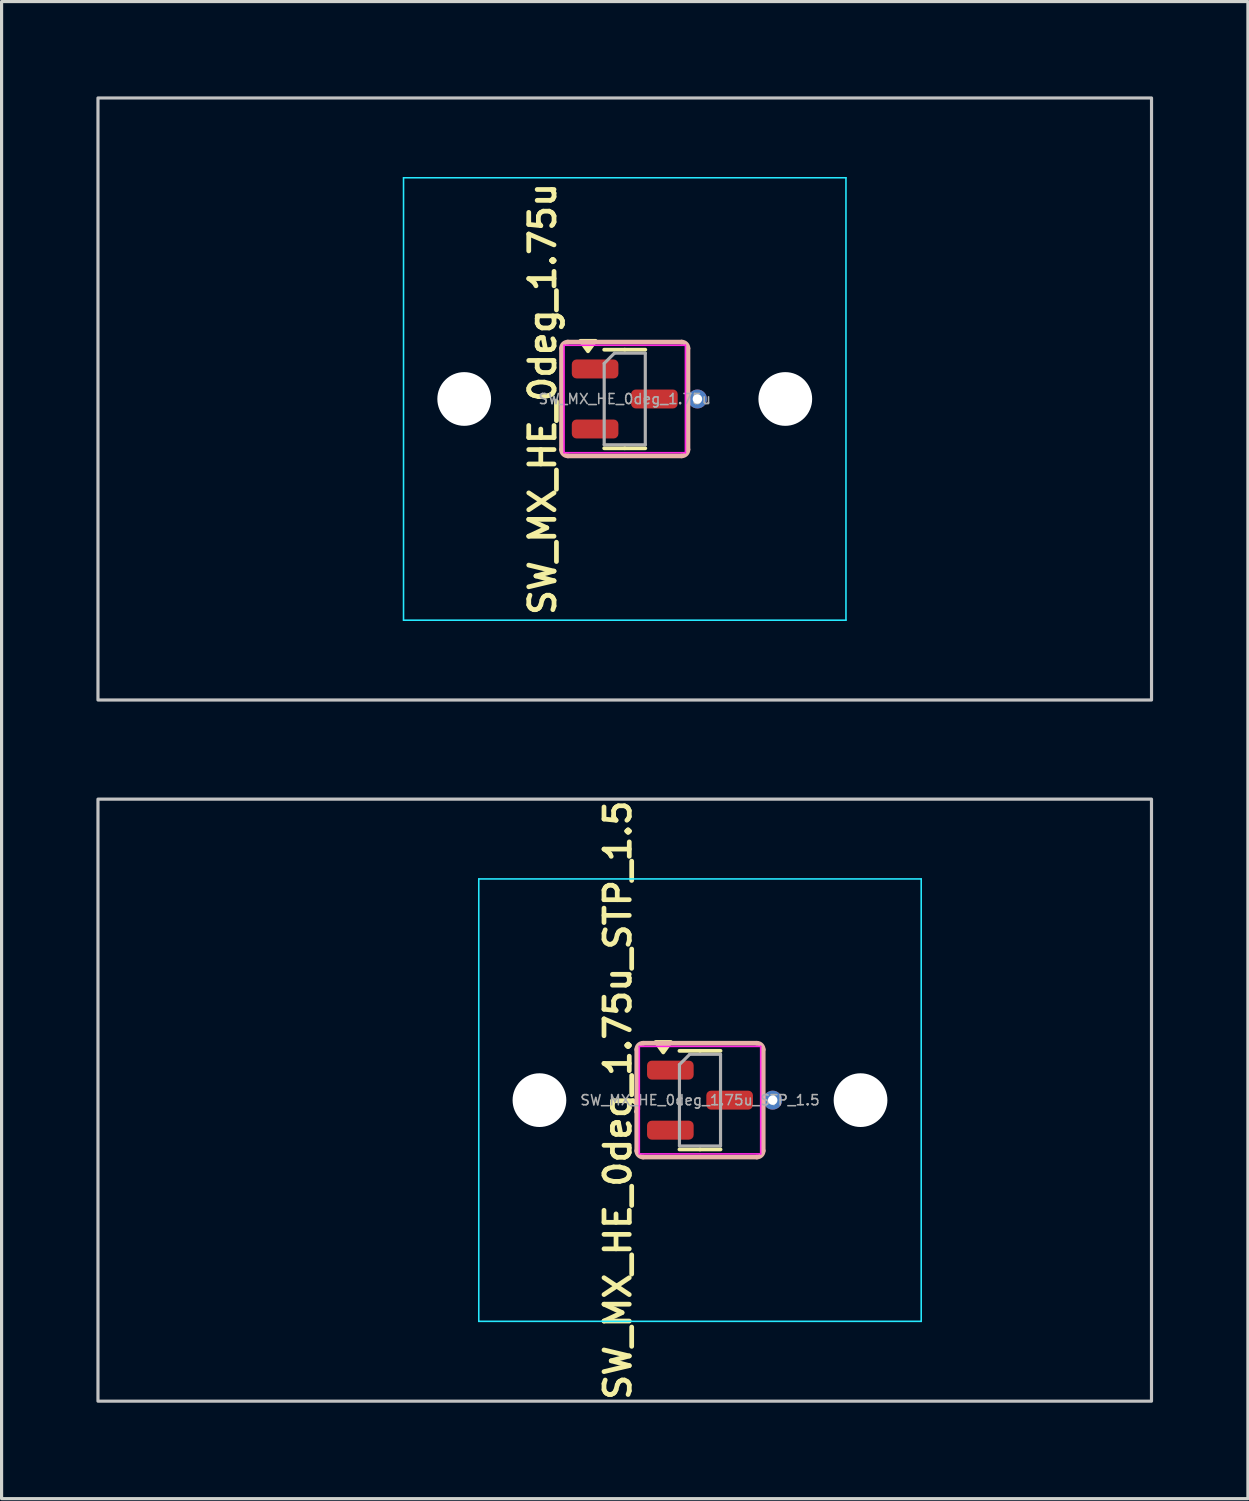
<source format=kicad_pcb>
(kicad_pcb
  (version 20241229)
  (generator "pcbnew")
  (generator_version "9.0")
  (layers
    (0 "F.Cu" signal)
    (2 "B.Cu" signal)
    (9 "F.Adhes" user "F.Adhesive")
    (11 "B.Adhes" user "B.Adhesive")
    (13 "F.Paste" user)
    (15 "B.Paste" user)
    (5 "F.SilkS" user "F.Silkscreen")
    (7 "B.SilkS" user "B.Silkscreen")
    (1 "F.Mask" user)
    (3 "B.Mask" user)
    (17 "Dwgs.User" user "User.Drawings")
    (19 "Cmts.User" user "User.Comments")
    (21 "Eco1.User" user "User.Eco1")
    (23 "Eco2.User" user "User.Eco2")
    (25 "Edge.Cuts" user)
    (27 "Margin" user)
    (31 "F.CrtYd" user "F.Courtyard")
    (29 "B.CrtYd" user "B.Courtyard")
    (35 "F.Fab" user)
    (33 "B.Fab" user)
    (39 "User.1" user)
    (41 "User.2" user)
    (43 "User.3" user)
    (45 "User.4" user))
  (footprint "SW_MX_HE_0deg_1.75u_STP_1.5"
    (layer "F.Cu")
    (at 19.1 31.762)
    (property "Reference" "SW_MX_HE_0deg_1.75u_STP_1.5" (at -2.6 0 90) (layer "F.SilkS") (effects (font (size 0.8 0.8) (thickness 0.15))))
    (attr smd)
    (fp_line (start 0 -1.56) (end -0.65 -1.56) (stroke (width 0.12) (type solid)) (layer "F.SilkS"))
    (fp_line (start 0 -1.56) (end 0.65 -1.56) (stroke (width 0.12) (type solid)) (layer "F.SilkS"))
    (fp_line (start 0 1.56) (end -0.65 1.56) (stroke (width 0.12) (type solid)) (layer "F.SilkS"))
    (fp_line (start 0 1.56) (end 0.65 1.56) (stroke (width 0.12) (type solid)) (layer "F.SilkS"))
    (fp_poly (pts (xy -1.163 -1.51) (xy -1.403 -1.84) (xy -0.922 -1.84) (xy -1.163 -1.51)) (stroke (width 0.12) (type solid)) (fill yes) (layer "F.SilkS"))
    (fp_line (start -2 -1.6) (end -2 1.6) (stroke (width 0.15) (type default)) (layer "B.SilkS"))
    (fp_line (start -1.8 1.8) (end 1.8 1.8) (stroke (width 0.15) (type default)) (layer "B.SilkS"))
    (fp_line (start 1.8 -1.8) (end -1.8 -1.8) (stroke (width 0.15) (type default)) (layer "B.SilkS"))
    (fp_line (start 2 1.6) (end 2 -1.6) (stroke (width 0.15) (type default)) (layer "B.SilkS"))
    (fp_arc (start -2 -1.6) (mid -1.941421 -1.741421) (end -1.8 -1.8) (stroke (width 0.15) (type default)) (layer "B.SilkS"))
    (fp_arc (start -1.8 1.8) (mid -1.941421 1.741421) (end -2 1.6) (stroke (width 0.15) (type default)) (layer "B.SilkS"))
    (fp_arc (start 1.8 -1.8) (mid 1.941421 -1.741421) (end 2 -1.6) (stroke (width 0.15) (type default)) (layer "B.SilkS"))
    (fp_arc (start 2 1.6) (mid 1.941421 1.741421) (end 1.8 1.8) (stroke (width 0.15) (type default)) (layer "B.SilkS"))
    (fp_rect (start -19.05 -9.525) (end 14.287 9.525) (stroke (width 0.1) (type default)) (fill no) (layer "Dwgs.User"))
    (fp_line (start -7 6.5) (end -7 -6.5) (stroke (width 0.05) (type solid)) (layer "Eco2.User"))
    (fp_line (start -6.5 -7) (end 6.5 -7) (stroke (width 0.05) (type solid)) (layer "Eco2.User"))
    (fp_line (start 6.5 7) (end -6.5 7) (stroke (width 0.05) (type solid)) (layer "Eco2.User"))
    (fp_line (start 7 -6.5) (end 7 6.5) (stroke (width 0.05) (type solid)) (layer "Eco2.User"))
    (fp_arc (start -7 -6.5) (mid -6.853553 -6.853553) (end -6.5 -7) (stroke (width 0.05) (type solid)) (layer "Eco2.User"))
    (fp_arc (start -6.5 7) (mid -6.853553 6.853553) (end -7 6.5) (stroke (width 0.05) (type solid)) (layer "Eco2.User"))
    (fp_arc (start 6.5 -7) (mid 6.853553 -6.853553) (end 7 -6.5) (stroke (width 0.05) (type solid)) (layer "Eco2.User"))
    (fp_arc (start 6.997236 6.498884) (mid 6.850789 6.852437) (end 6.497236 6.998884) (stroke (width 0.05) (type solid)) (layer "Eco2.User"))
    (fp_line (start -7 -7) (end -7 7) (stroke (width 0.05) (type solid)) (layer "B.CrtYd"))
    (fp_line (start -7 7) (end 7 7) (stroke (width 0.05) (type solid)) (layer "B.CrtYd"))
    (fp_line (start 7 -7) (end -7 -7) (stroke (width 0.05) (type solid)) (layer "B.CrtYd"))
    (fp_line (start 7 7) (end 7 -7) (stroke (width 0.05) (type solid)) (layer "B.CrtYd"))
    (fp_line (start -1.92 -1.7) (end -1.92 1.7) (stroke (width 0.05) (type solid)) (layer "F.CrtYd"))
    (fp_line (start -1.92 1.7) (end 1.92 1.7) (stroke (width 0.05) (type solid)) (layer "F.CrtYd"))
    (fp_line (start 1.92 -1.7) (end -1.92 -1.7) (stroke (width 0.05) (type solid)) (layer "F.CrtYd"))
    (fp_line (start 1.92 1.7) (end 1.92 -1.7) (stroke (width 0.05) (type solid)) (layer "F.CrtYd"))
    (fp_line (start -0.65 -1.125) (end -0.325 -1.45) (stroke (width 0.1) (type solid)) (layer "F.Fab"))
    (fp_line (start -0.65 1.45) (end -0.65 -1.125) (stroke (width 0.1) (type solid)) (layer "F.Fab"))
    (fp_line (start -0.325 -1.45) (end 0.65 -1.45) (stroke (width 0.1) (type solid)) (layer "F.Fab"))
    (fp_line (start 0.65 -1.45) (end 0.65 1.45) (stroke (width 0.1) (type solid)) (layer "F.Fab"))
    (fp_line (start 0.65 1.45) (end -0.65 1.45) (stroke (width 0.1) (type solid)) (layer "F.Fab"))
    (fp_text user "${REFERENCE}" (at 0 0 0) (layer "F.Fab") (effects (font (size 0.32 0.32) (thickness 0.05))))
    (pad "" np_thru_hole circle (at -5.08 0) (size 1.7 1.7) (drill 1.7) (layers "*.Cu" "*.Mask"))
    (pad "" np_thru_hole circle (at 5.08 0) (size 1.7 1.7) (drill 1.7) (layers "*.Cu" "*.Mask"))
    (pad "1" smd roundrect (at -0.938 -0.95) (size 1.475 0.6) (layers "F.Cu" "F.Mask" "F.Paste") (roundrect_rratio 0.25))
    (pad "2" smd roundrect (at -0.938 0.95) (size 1.475 0.6) (layers "F.Cu" "F.Mask" "F.Paste") (roundrect_rratio 0.25))
    (pad "3" smd roundrect (at 0.938 0) (size 1.475 0.6) (layers "F.Cu" "F.Mask" "F.Paste") (roundrect_rratio 0.25))
    (pad "3" thru_hole circle (at 2.3 0) (size 0.6 0.6) (drill 0.3) (layers "*.Cu"))
    (zone (net_name "") (layer "F.Cu") (name "HE keepout_bot") (hatch edge 0.5) (connect_pads) (min_thickness 0.25) (filled_areas_thickness no) (keepout (tracks allowed) (vias allowed) (pads allowed) (copperpour not_allowed) (footprints allowed)) (placement (enabled no)) (fill) (polygon (pts (arc (start 21.1 30.161669) (mid 21.041421 30.020248) (end 20.9 29.961669)) (arc (start 17.3 29.961669) (mid 17.158579 30.020248) (end 17.1 30.161669)) (arc (start 17.1 33.361669) (mid 17.158579 33.50309) (end 17.3 33.561669)) (arc (start 20.9 33.561669) (mid 21.041421 33.50309) (end 21.1 33.361669)) (arc (start 21.1 32.261669) (mid 21.041421 32.120248) (end 20.9 32.061669)) (arc (start 19.5 32.061669) (mid 19.358579 32.00309) (end 19.3 31.861669)) (arc (start 19.3 31.661669) (mid 19.358579 31.520248) (end 19.5 31.461669)) (arc (start 20.9 31.461669) (mid 21.041421 31.40309) (end 21.1 31.261669)))))
    (zone (net_name "") (layer "In1.Cu") (name "HE keepout_top") (hatch edge 0.5) (connect_pads) (min_thickness 0.25) (filled_areas_thickness no) (keepout (tracks allowed) (vias allowed) (pads allowed) (copperpour not_allowed) (footprints allowed)) (placement (enabled no)) (fill) (polygon (pts (arc (start 21.1 30.161669) (mid 21.041421 30.020248) (end 20.9 29.961669)) (arc (start 17.3 29.961669) (mid 17.158579 30.020248) (end 17.1 30.161669)) (arc (start 17.1 33.361669) (mid 17.158579 33.50309) (end 17.3 33.561669)) (arc (start 20.9 33.561669) (mid 21.041421 33.50309) (end 21.1 33.361669))))))
  (footprint "SW_MX_HE_0deg_1.75u"
    (layer "F.Cu")
    (at 16.719 9.575)
    (property "Reference" "SW_MX_HE_0deg_1.75u" (at -2.6 0 90) (layer "F.SilkS") (effects (font (size 0.8 0.8) (thickness 0.15))))
    (attr smd)
    (fp_line (start 0 -1.56) (end -0.65 -1.56) (stroke (width 0.12) (type solid)) (layer "F.SilkS"))
    (fp_line (start 0 -1.56) (end 0.65 -1.56) (stroke (width 0.12) (type solid)) (layer "F.SilkS"))
    (fp_line (start 0 1.56) (end -0.65 1.56) (stroke (width 0.12) (type solid)) (layer "F.SilkS"))
    (fp_line (start 0 1.56) (end 0.65 1.56) (stroke (width 0.12) (type solid)) (layer "F.SilkS"))
    (fp_poly (pts (xy -1.163 -1.51) (xy -1.403 -1.84) (xy -0.922 -1.84) (xy -1.163 -1.51)) (stroke (width 0.12) (type solid)) (fill yes) (layer "F.SilkS"))
    (fp_line (start -2 -1.6) (end -2 1.6) (stroke (width 0.15) (type default)) (layer "B.SilkS"))
    (fp_line (start -1.8 1.8) (end 1.8 1.8) (stroke (width 0.15) (type default)) (layer "B.SilkS"))
    (fp_line (start 1.8 -1.8) (end -1.8 -1.8) (stroke (width 0.15) (type default)) (layer "B.SilkS"))
    (fp_line (start 2 1.6) (end 2 -1.6) (stroke (width 0.15) (type default)) (layer "B.SilkS"))
    (fp_arc (start -2 -1.6) (mid -1.941421 -1.741421) (end -1.8 -1.8) (stroke (width 0.15) (type default)) (layer "B.SilkS"))
    (fp_arc (start -1.8 1.8) (mid -1.941421 1.741421) (end -2 1.6) (stroke (width 0.15) (type default)) (layer "B.SilkS"))
    (fp_arc (start 1.8 -1.8) (mid 1.941421 -1.741421) (end 2 -1.6) (stroke (width 0.15) (type default)) (layer "B.SilkS"))
    (fp_arc (start 2 1.6) (mid 1.941421 1.741421) (end 1.8 1.8) (stroke (width 0.15) (type default)) (layer "B.SilkS"))
    (fp_rect (start -16.669 -9.525) (end 16.669 9.525) (stroke (width 0.1) (type default)) (fill no) (layer "Dwgs.User"))
    (fp_line (start -7 6.5) (end -7 -6.5) (stroke (width 0.05) (type solid)) (layer "Eco2.User"))
    (fp_line (start -6.5 -7) (end 6.5 -7) (stroke (width 0.05) (type solid)) (layer "Eco2.User"))
    (fp_line (start 6.5 7) (end -6.5 7) (stroke (width 0.05) (type solid)) (layer "Eco2.User"))
    (fp_line (start 7 -6.5) (end 7 6.5) (stroke (width 0.05) (type solid)) (layer "Eco2.User"))
    (fp_arc (start -7 -6.5) (mid -6.853553 -6.853553) (end -6.5 -7) (stroke (width 0.05) (type solid)) (layer "Eco2.User"))
    (fp_arc (start -6.5 7) (mid -6.853553 6.853553) (end -7 6.5) (stroke (width 0.05) (type solid)) (layer "Eco2.User"))
    (fp_arc (start 6.5 -7) (mid 6.853553 -6.853553) (end 7 -6.5) (stroke (width 0.05) (type solid)) (layer "Eco2.User"))
    (fp_arc (start 6.997236 6.498884) (mid 6.850789 6.852437) (end 6.497236 6.998884) (stroke (width 0.05) (type solid)) (layer "Eco2.User"))
    (fp_line (start -7 -7) (end -7 7) (stroke (width 0.05) (type solid)) (layer "B.CrtYd"))
    (fp_line (start -7 7) (end 7 7) (stroke (width 0.05) (type solid)) (layer "B.CrtYd"))
    (fp_line (start 7 -7) (end -7 -7) (stroke (width 0.05) (type solid)) (layer "B.CrtYd"))
    (fp_line (start 7 7) (end 7 -7) (stroke (width 0.05) (type solid)) (layer "B.CrtYd"))
    (fp_line (start -1.92 -1.7) (end -1.92 1.7) (stroke (width 0.05) (type solid)) (layer "F.CrtYd"))
    (fp_line (start -1.92 1.7) (end 1.92 1.7) (stroke (width 0.05) (type solid)) (layer "F.CrtYd"))
    (fp_line (start 1.92 -1.7) (end -1.92 -1.7) (stroke (width 0.05) (type solid)) (layer "F.CrtYd"))
    (fp_line (start 1.92 1.7) (end 1.92 -1.7) (stroke (width 0.05) (type solid)) (layer "F.CrtYd"))
    (fp_line (start -0.65 -1.125) (end -0.325 -1.45) (stroke (width 0.1) (type solid)) (layer "F.Fab"))
    (fp_line (start -0.65 1.45) (end -0.65 -1.125) (stroke (width 0.1) (type solid)) (layer "F.Fab"))
    (fp_line (start -0.325 -1.45) (end 0.65 -1.45) (stroke (width 0.1) (type solid)) (layer "F.Fab"))
    (fp_line (start 0.65 -1.45) (end 0.65 1.45) (stroke (width 0.1) (type solid)) (layer "F.Fab"))
    (fp_line (start 0.65 1.45) (end -0.65 1.45) (stroke (width 0.1) (type solid)) (layer "F.Fab"))
    (fp_text user "${REFERENCE}" (at 0 0 0) (layer "F.Fab") (effects (font (size 0.32 0.32) (thickness 0.05))))
    (pad "" np_thru_hole circle (at -5.08 0) (size 1.7 1.7) (drill 1.7) (layers "*.Cu" "*.Mask"))
    (pad "" np_thru_hole circle (at 5.08 0) (size 1.7 1.7) (drill 1.7) (layers "*.Cu" "*.Mask"))
    (pad "1" smd roundrect (at -0.938 -0.95) (size 1.475 0.6) (layers "F.Cu" "F.Mask" "F.Paste") (roundrect_rratio 0.25))
    (pad "2" smd roundrect (at -0.938 0.95) (size 1.475 0.6) (layers "F.Cu" "F.Mask" "F.Paste") (roundrect_rratio 0.25))
    (pad "3" smd roundrect (at 0.938 0) (size 1.475 0.6) (layers "F.Cu" "F.Mask" "F.Paste") (roundrect_rratio 0.25))
    (pad "3" thru_hole circle (at 2.3 0) (size 0.6 0.6) (drill 0.3) (layers "*.Cu"))
    (zone (net_name "") (layer "F.Cu") (name "HE keepout_bot") (hatch edge 0.5) (connect_pads) (min_thickness 0.25) (filled_areas_thickness no) (keepout (tracks allowed) (vias allowed) (pads allowed) (copperpour not_allowed) (footprints allowed)) (placement (enabled no)) (fill) (polygon (pts (arc (start 18.71875 7.975) (mid 18.660171 7.833579) (end 18.51875 7.775)) (arc (start 14.91875 7.775) (mid 14.777329 7.833579) (end 14.71875 7.975)) (arc (start 14.71875 11.175) (mid 14.777329 11.316421) (end 14.91875 11.375)) (arc (start 18.51875 11.375) (mid 18.660171 11.316421) (end 18.71875 11.175)) (arc (start 18.71875 10.075) (mid 18.660171 9.933579) (end 18.51875 9.875)) (arc (start 17.11875 9.875) (mid 16.977329 9.816421) (end 16.91875 9.675)) (arc (start 16.91875 9.475) (mid 16.977329 9.333579) (end 17.11875 9.275)) (arc (start 18.51875 9.275) (mid 18.660171 9.216421) (end 18.71875 9.075)))))
    (zone (net_name "") (layer "In1.Cu") (name "HE keepout_top") (hatch edge 0.5) (connect_pads) (min_thickness 0.25) (filled_areas_thickness no) (keepout (tracks allowed) (vias allowed) (pads allowed) (copperpour not_allowed) (footprints allowed)) (placement (enabled no)) (fill) (polygon (pts (arc (start 18.71875 7.975) (mid 18.660171 7.833579) (end 18.51875 7.775)) (arc (start 14.91875 7.775) (mid 14.777329 7.833579) (end 14.71875 7.975)) (arc (start 14.71875 11.175) (mid 14.777329 11.316421) (end 14.91875 11.375)) (arc (start 18.51875 11.375) (mid 18.660171 11.316421) (end 18.71875 11.175))))))
  (gr_rect
    (start -3 -3)
    (end 36.438 44.373)
    (stroke (width 0.1) (type default))
    (fill no)
    (layer "Edge.Cuts")))
</source>
